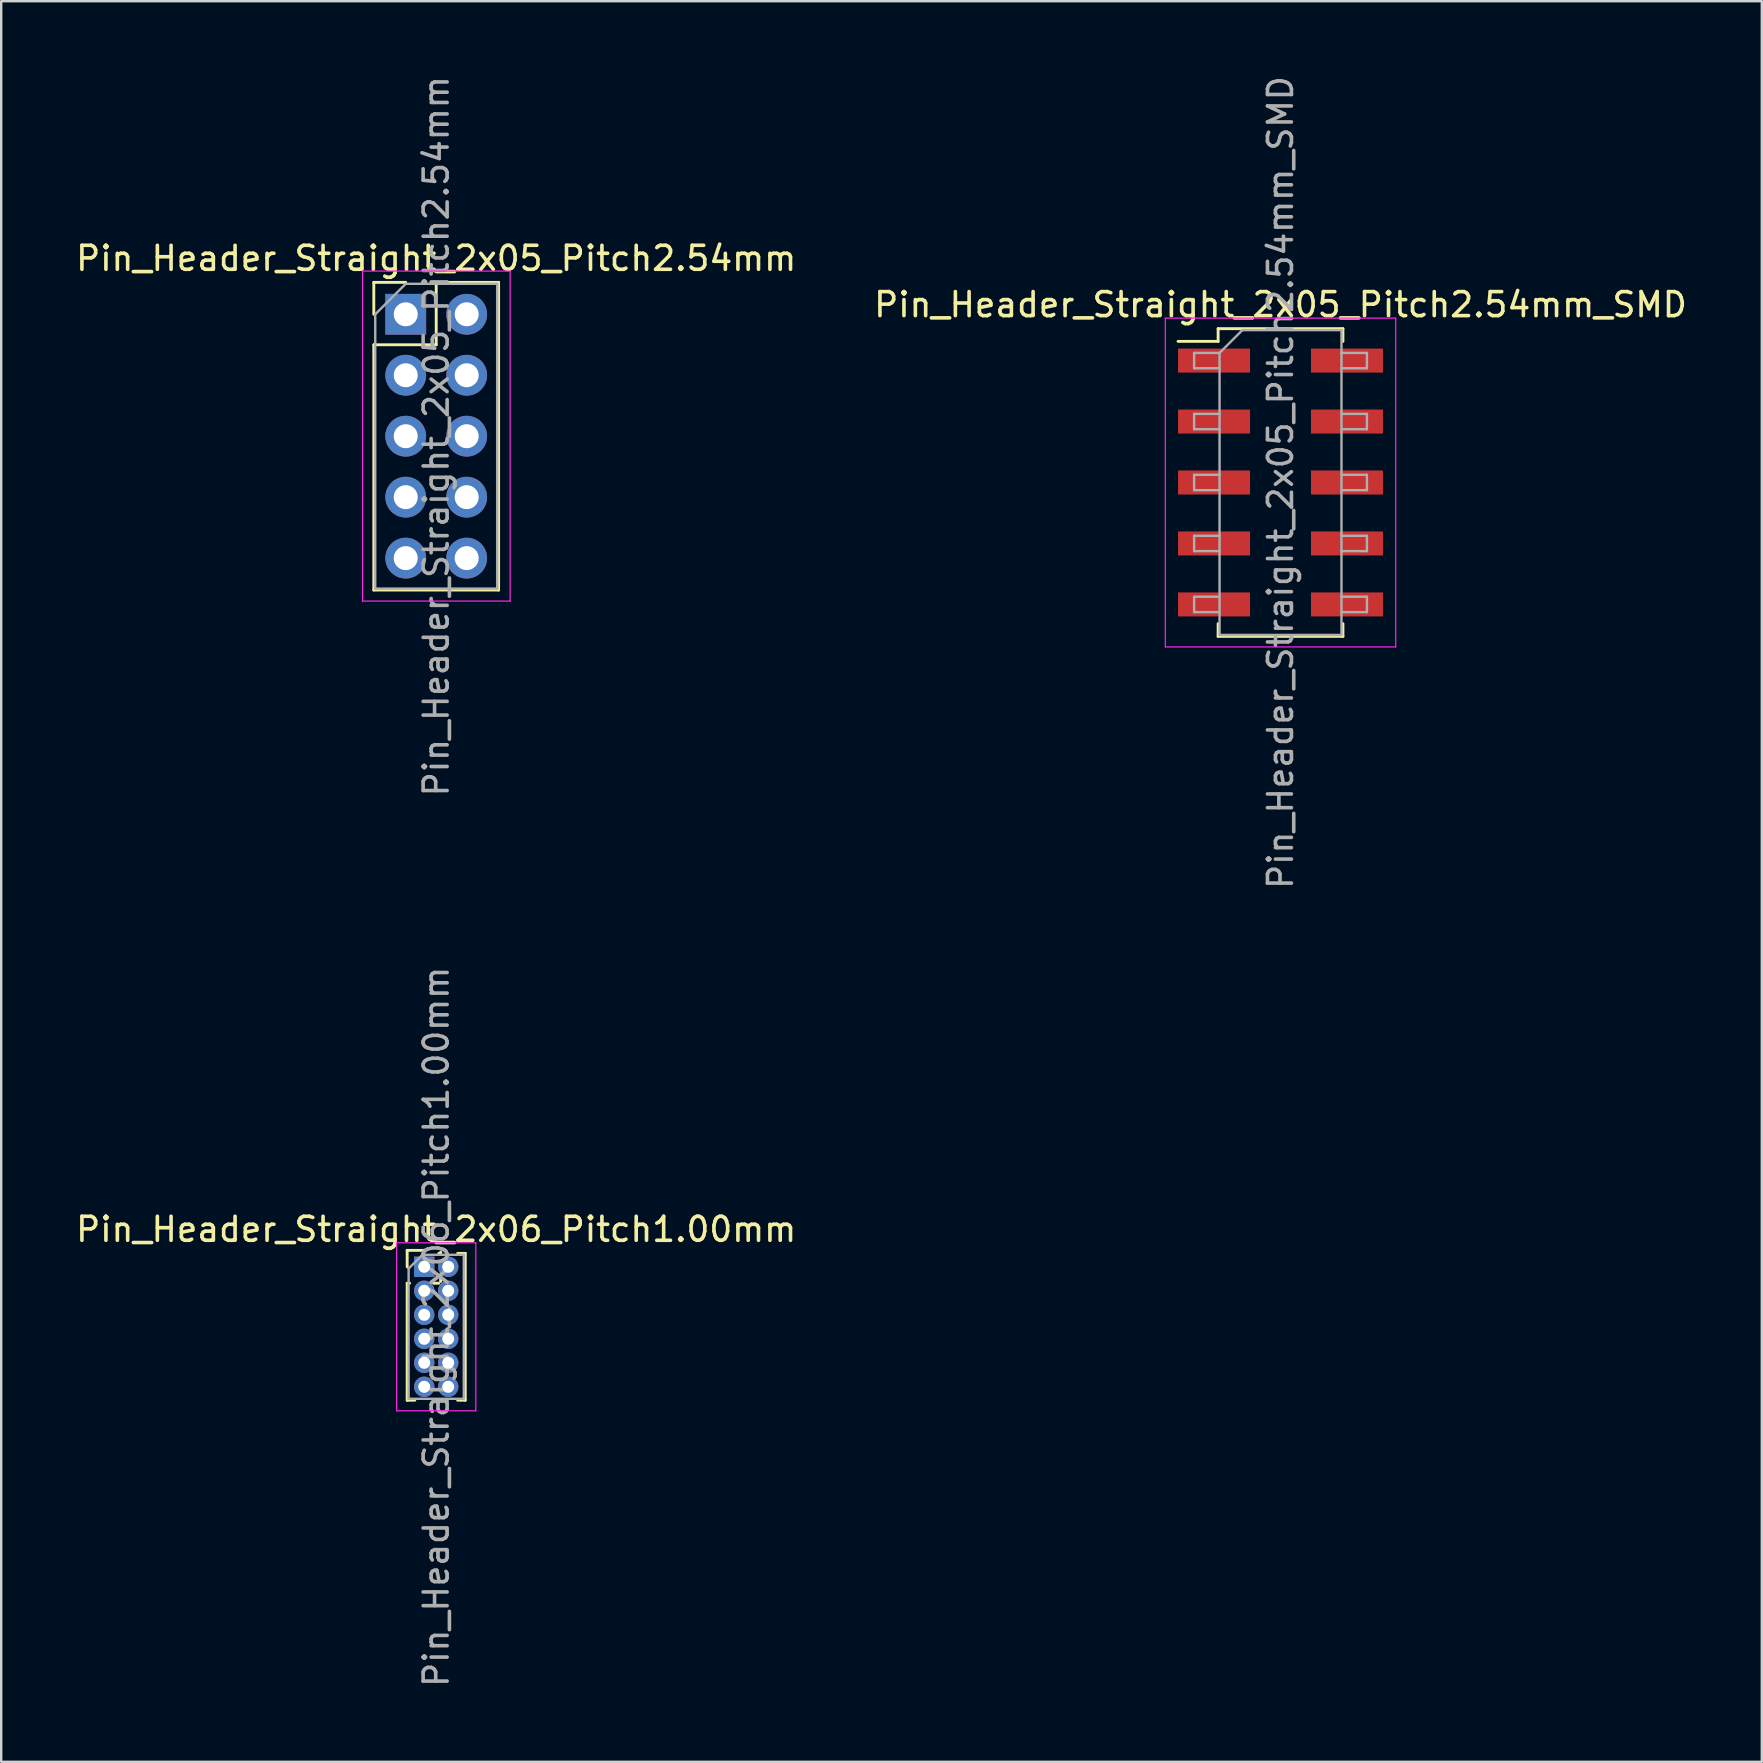
<source format=kicad_pcb>
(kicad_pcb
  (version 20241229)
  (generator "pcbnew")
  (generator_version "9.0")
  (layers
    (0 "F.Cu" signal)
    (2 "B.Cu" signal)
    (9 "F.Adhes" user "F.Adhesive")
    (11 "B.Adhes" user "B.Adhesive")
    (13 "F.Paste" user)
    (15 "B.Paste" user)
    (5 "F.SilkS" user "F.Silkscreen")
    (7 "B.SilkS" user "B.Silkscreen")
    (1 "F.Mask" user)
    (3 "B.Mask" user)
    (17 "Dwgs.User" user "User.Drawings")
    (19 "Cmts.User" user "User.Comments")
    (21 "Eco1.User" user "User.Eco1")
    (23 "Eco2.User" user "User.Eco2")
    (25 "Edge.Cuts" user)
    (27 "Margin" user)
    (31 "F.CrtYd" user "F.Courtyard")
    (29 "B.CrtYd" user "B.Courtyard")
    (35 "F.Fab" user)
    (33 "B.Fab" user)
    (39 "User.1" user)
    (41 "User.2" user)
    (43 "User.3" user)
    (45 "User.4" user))
  (footprint "Pin_Header_Straight_2x05_Pitch2.54mm_SMD"
    (layer "F.Cu")
    (at 50.304 17.054)
    (property "Reference" "Pin_Header_Straight_2x05_Pitch2.54mm_SMD" (at 0 -7.41 0) (layer "F.SilkS") (effects (font (size 1 1) (thickness 0.15))))
    (attr smd)
    (fp_line (start -4.27 -5.88) (end -2.6 -5.88) (stroke (width 0.12) (type solid)) (layer "F.SilkS"))
    (fp_line (start -2.6 -6.41) (end 2.6 -6.41) (stroke (width 0.12) (type solid)) (layer "F.SilkS"))
    (fp_line (start -2.6 -5.88) (end -2.6 -6.41) (stroke (width 0.12) (type solid)) (layer "F.SilkS"))
    (fp_line (start -2.6 5.88) (end -2.6 6.41) (stroke (width 0.12) (type solid)) (layer "F.SilkS"))
    (fp_line (start -2.6 6.41) (end 2.6 6.41) (stroke (width 0.12) (type solid)) (layer "F.SilkS"))
    (fp_line (start 2.6 -6.41) (end 2.6 -5.88) (stroke (width 0.12) (type solid)) (layer "F.SilkS"))
    (fp_line (start 2.6 6.41) (end 2.6 5.88) (stroke (width 0.12) (type solid)) (layer "F.SilkS"))
    (fp_line (start -4.8 -6.85) (end -4.8 6.85) (stroke (width 0.05) (type solid)) (layer "F.CrtYd"))
    (fp_line (start -4.8 6.85) (end 4.8 6.85) (stroke (width 0.05) (type solid)) (layer "F.CrtYd"))
    (fp_line (start 4.8 -6.85) (end -4.8 -6.85) (stroke (width 0.05) (type solid)) (layer "F.CrtYd"))
    (fp_line (start 4.8 6.85) (end 4.8 -6.85) (stroke (width 0.05) (type solid)) (layer "F.CrtYd"))
    (fp_line (start -3.6 -5.4) (end -3.6 -4.76) (stroke (width 0.1) (type solid)) (layer "F.Fab"))
    (fp_line (start -3.6 -4.76) (end -2.54 -4.76) (stroke (width 0.1) (type solid)) (layer "F.Fab"))
    (fp_line (start -3.6 -2.86) (end -3.6 -2.22) (stroke (width 0.1) (type solid)) (layer "F.Fab"))
    (fp_line (start -3.6 -2.22) (end -2.54 -2.22) (stroke (width 0.1) (type solid)) (layer "F.Fab"))
    (fp_line (start -3.6 -0.32) (end -3.6 0.32) (stroke (width 0.1) (type solid)) (layer "F.Fab"))
    (fp_line (start -3.6 0.32) (end -2.54 0.32) (stroke (width 0.1) (type solid)) (layer "F.Fab"))
    (fp_line (start -3.6 2.22) (end -3.6 2.86) (stroke (width 0.1) (type solid)) (layer "F.Fab"))
    (fp_line (start -3.6 2.86) (end -2.54 2.86) (stroke (width 0.1) (type solid)) (layer "F.Fab"))
    (fp_line (start -3.6 4.76) (end -3.6 5.4) (stroke (width 0.1) (type solid)) (layer "F.Fab"))
    (fp_line (start -3.6 5.4) (end -2.54 5.4) (stroke (width 0.1) (type solid)) (layer "F.Fab"))
    (fp_line (start -2.54 -5.4) (end -3.6 -5.4) (stroke (width 0.1) (type solid)) (layer "F.Fab"))
    (fp_line (start -2.54 -5.4) (end -1.59 -6.35) (stroke (width 0.1) (type solid)) (layer "F.Fab"))
    (fp_line (start -2.54 -2.86) (end -3.6 -2.86) (stroke (width 0.1) (type solid)) (layer "F.Fab"))
    (fp_line (start -2.54 -0.32) (end -3.6 -0.32) (stroke (width 0.1) (type solid)) (layer "F.Fab"))
    (fp_line (start -2.54 2.22) (end -3.6 2.22) (stroke (width 0.1) (type solid)) (layer "F.Fab"))
    (fp_line (start -2.54 4.76) (end -3.6 4.76) (stroke (width 0.1) (type solid)) (layer "F.Fab"))
    (fp_line (start -2.54 6.35) (end -2.54 -5.4) (stroke (width 0.1) (type solid)) (layer "F.Fab"))
    (fp_line (start -1.59 -6.35) (end 2.54 -6.35) (stroke (width 0.1) (type solid)) (layer "F.Fab"))
    (fp_line (start 2.54 -6.35) (end 2.54 6.35) (stroke (width 0.1) (type solid)) (layer "F.Fab"))
    (fp_line (start 2.54 -5.4) (end 3.6 -5.4) (stroke (width 0.1) (type solid)) (layer "F.Fab"))
    (fp_line (start 2.54 -2.86) (end 3.6 -2.86) (stroke (width 0.1) (type solid)) (layer "F.Fab"))
    (fp_line (start 2.54 -0.32) (end 3.6 -0.32) (stroke (width 0.1) (type solid)) (layer "F.Fab"))
    (fp_line (start 2.54 2.22) (end 3.6 2.22) (stroke (width 0.1) (type solid)) (layer "F.Fab"))
    (fp_line (start 2.54 4.76) (end 3.6 4.76) (stroke (width 0.1) (type solid)) (layer "F.Fab"))
    (fp_line (start 2.54 6.35) (end -2.54 6.35) (stroke (width 0.1) (type solid)) (layer "F.Fab"))
    (fp_line (start 3.6 -5.4) (end 3.6 -4.76) (stroke (width 0.1) (type solid)) (layer "F.Fab"))
    (fp_line (start 3.6 -4.76) (end 2.54 -4.76) (stroke (width 0.1) (type solid)) (layer "F.Fab"))
    (fp_line (start 3.6 -2.86) (end 3.6 -2.22) (stroke (width 0.1) (type solid)) (layer "F.Fab"))
    (fp_line (start 3.6 -2.22) (end 2.54 -2.22) (stroke (width 0.1) (type solid)) (layer "F.Fab"))
    (fp_line (start 3.6 -0.32) (end 3.6 0.32) (stroke (width 0.1) (type solid)) (layer "F.Fab"))
    (fp_line (start 3.6 0.32) (end 2.54 0.32) (stroke (width 0.1) (type solid)) (layer "F.Fab"))
    (fp_line (start 3.6 2.22) (end 3.6 2.86) (stroke (width 0.1) (type solid)) (layer "F.Fab"))
    (fp_line (start 3.6 2.86) (end 2.54 2.86) (stroke (width 0.1) (type solid)) (layer "F.Fab"))
    (fp_line (start 3.6 4.76) (end 3.6 5.4) (stroke (width 0.1) (type solid)) (layer "F.Fab"))
    (fp_line (start 3.6 5.4) (end 2.54 5.4) (stroke (width 0.1) (type solid)) (layer "F.Fab"))
    (fp_text user "${REFERENCE}" (at 0 0 90) (layer "F.Fab") (effects (font (size 1 1) (thickness 0.15))))
    (pad "1" smd rect (at -2.77 -5.08) (size 3 1) (layers "F.Cu" "F.Mask" "F.Paste"))
    (pad "2" smd rect (at 2.77 -5.08) (size 3 1) (layers "F.Cu" "F.Mask" "F.Paste"))
    (pad "3" smd rect (at -2.77 -2.54) (size 3 1) (layers "F.Cu" "F.Mask" "F.Paste"))
    (pad "4" smd rect (at 2.77 -2.54) (size 3 1) (layers "F.Cu" "F.Mask" "F.Paste"))
    (pad "5" smd rect (at -2.77 0) (size 3 1) (layers "F.Cu" "F.Mask" "F.Paste"))
    (pad "6" smd rect (at 2.77 0) (size 3 1) (layers "F.Cu" "F.Mask" "F.Paste"))
    (pad "7" smd rect (at -2.77 2.54) (size 3 1) (layers "F.Cu" "F.Mask" "F.Paste"))
    (pad "8" smd rect (at 2.77 2.54) (size 3 1) (layers "F.Cu" "F.Mask" "F.Paste"))
    (pad "9" smd rect (at -2.77 5.08) (size 3 1) (layers "F.Cu" "F.Mask" "F.Paste"))
    (pad "10" smd rect (at 2.77 5.08) (size 3 1) (layers "F.Cu" "F.Mask" "F.Paste")))
  (footprint "Pin_Header_Straight_2x06_Pitch1.00mm"
    (layer "F.Cu")
    (at 14.625 49.732)
    (property "Reference" "Pin_Header_Straight_2x06_Pitch1.00mm" (at 0.5 -1.56 0) (layer "F.SilkS") (effects (font (size 1 1) (thickness 0.15))))
    (attr through_hole)
    (fp_line (start -0.71 -0.685) (end 0 -0.685) (stroke (width 0.12) (type solid)) (layer "F.SilkS"))
    (fp_line (start -0.71 0) (end -0.71 -0.685) (stroke (width 0.12) (type solid)) (layer "F.SilkS"))
    (fp_line (start -0.71 0.685) (end -0.71 5.56) (stroke (width 0.12) (type solid)) (layer "F.SilkS"))
    (fp_line (start -0.71 0.685) (end -0.608 0.685) (stroke (width 0.12) (type solid)) (layer "F.SilkS"))
    (fp_line (start -0.71 5.56) (end -0.394 5.56) (stroke (width 0.12) (type solid)) (layer "F.SilkS"))
    (fp_line (start 0.394 5.56) (end 0.606 5.56) (stroke (width 0.12) (type solid)) (layer "F.SilkS"))
    (fp_line (start 0.608 0.685) (end 0.392 0.685) (stroke (width 0.12) (type solid)) (layer "F.SilkS"))
    (fp_line (start 0.685 -0.608) (end 0.685 -0.56) (stroke (width 0.12) (type solid)) (layer "F.SilkS"))
    (fp_line (start 0.685 -0.56) (end 0.606 -0.56) (stroke (width 0.12) (type solid)) (layer "F.SilkS"))
    (fp_line (start 0.685 0.392) (end 0.685 0.608) (stroke (width 0.12) (type solid)) (layer "F.SilkS"))
    (fp_line (start 1.394 -0.56) (end 1.71 -0.56) (stroke (width 0.12) (type solid)) (layer "F.SilkS"))
    (fp_line (start 1.394 5.56) (end 1.71 5.56) (stroke (width 0.12) (type solid)) (layer "F.SilkS"))
    (fp_line (start 1.71 -0.56) (end 1.71 5.56) (stroke (width 0.12) (type solid)) (layer "F.SilkS"))
    (fp_line (start -1.15 -1) (end -1.15 6) (stroke (width 0.05) (type solid)) (layer "F.CrtYd"))
    (fp_line (start -1.15 6) (end 2.15 6) (stroke (width 0.05) (type solid)) (layer "F.CrtYd"))
    (fp_line (start 2.15 -1) (end -1.15 -1) (stroke (width 0.05) (type solid)) (layer "F.CrtYd"))
    (fp_line (start 2.15 6) (end 2.15 -1) (stroke (width 0.05) (type solid)) (layer "F.CrtYd"))
    (fp_line (start -0.65 0.075) (end -0.075 -0.5) (stroke (width 0.1) (type solid)) (layer "F.Fab"))
    (fp_line (start -0.65 5.5) (end -0.65 0.075) (stroke (width 0.1) (type solid)) (layer "F.Fab"))
    (fp_line (start -0.075 -0.5) (end 1.65 -0.5) (stroke (width 0.1) (type solid)) (layer "F.Fab"))
    (fp_line (start 1.65 -0.5) (end 1.65 5.5) (stroke (width 0.1) (type solid)) (layer "F.Fab"))
    (fp_line (start 1.65 5.5) (end -0.65 5.5) (stroke (width 0.1) (type solid)) (layer "F.Fab"))
    (fp_text user "${REFERENCE}" (at 0.5 2.5 90) (layer "F.Fab") (effects (font (size 1 1) (thickness 0.15))))
    (pad "1" thru_hole rect (at 0 0) (size 0.85 0.85) (drill 0.5) (layers "*.Cu" "*.Mask"))
    (pad "2" thru_hole oval (at 1 0) (size 0.85 0.85) (drill 0.5) (layers "*.Cu" "*.Mask"))
    (pad "3" thru_hole oval (at 0 1) (size 0.85 0.85) (drill 0.5) (layers "*.Cu" "*.Mask"))
    (pad "4" thru_hole oval (at 1 1) (size 0.85 0.85) (drill 0.5) (layers "*.Cu" "*.Mask"))
    (pad "5" thru_hole oval (at 0 2) (size 0.85 0.85) (drill 0.5) (layers "*.Cu" "*.Mask"))
    (pad "6" thru_hole oval (at 1 2) (size 0.85 0.85) (drill 0.5) (layers "*.Cu" "*.Mask"))
    (pad "7" thru_hole oval (at 0 3) (size 0.85 0.85) (drill 0.5) (layers "*.Cu" "*.Mask"))
    (pad "8" thru_hole oval (at 1 3) (size 0.85 0.85) (drill 0.5) (layers "*.Cu" "*.Mask"))
    (pad "9" thru_hole oval (at 0 4) (size 0.85 0.85) (drill 0.5) (layers "*.Cu" "*.Mask"))
    (pad "10" thru_hole oval (at 1 4) (size 0.85 0.85) (drill 0.5) (layers "*.Cu" "*.Mask"))
    (pad "11" thru_hole oval (at 0 5) (size 0.85 0.85) (drill 0.5) (layers "*.Cu" "*.Mask"))
    (pad "12" thru_hole oval (at 1 5) (size 0.85 0.85) (drill 0.5) (layers "*.Cu" "*.Mask")))
  (footprint "Pin_Header_Straight_2x05_Pitch2.54mm"
    (layer "F.Cu")
    (at 13.855 10.045)
    (property "Reference" "Pin_Header_Straight_2x05_Pitch2.54mm" (at 1.27 -2.33 0) (layer "F.SilkS") (effects (font (size 1 1) (thickness 0.15))))
    (attr through_hole)
    (fp_line (start -1.33 -1.33) (end 0 -1.33) (stroke (width 0.12) (type solid)) (layer "F.SilkS"))
    (fp_line (start -1.33 0) (end -1.33 -1.33) (stroke (width 0.12) (type solid)) (layer "F.SilkS"))
    (fp_line (start -1.33 1.27) (end -1.33 11.49) (stroke (width 0.12) (type solid)) (layer "F.SilkS"))
    (fp_line (start -1.33 11.49) (end 3.87 11.49) (stroke (width 0.12) (type solid)) (layer "F.SilkS"))
    (fp_line (start 1.27 -1.33) (end 1.27 1.27) (stroke (width 0.12) (type solid)) (layer "F.SilkS"))
    (fp_line (start 1.27 1.27) (end -1.33 1.27) (stroke (width 0.12) (type solid)) (layer "F.SilkS"))
    (fp_line (start 3.87 -1.33) (end 1.27 -1.33) (stroke (width 0.12) (type solid)) (layer "F.SilkS"))
    (fp_line (start 3.87 11.49) (end 3.87 -1.33) (stroke (width 0.12) (type solid)) (layer "F.SilkS"))
    (fp_line (start -1.8 -1.8) (end -1.8 11.95) (stroke (width 0.05) (type solid)) (layer "F.CrtYd"))
    (fp_line (start -1.8 11.95) (end 4.35 11.95) (stroke (width 0.05) (type solid)) (layer "F.CrtYd"))
    (fp_line (start 4.35 -1.8) (end -1.8 -1.8) (stroke (width 0.05) (type solid)) (layer "F.CrtYd"))
    (fp_line (start 4.35 11.95) (end 4.35 -1.8) (stroke (width 0.05) (type solid)) (layer "F.CrtYd"))
    (fp_line (start -1.27 0) (end 0 -1.27) (stroke (width 0.1) (type solid)) (layer "F.Fab"))
    (fp_line (start -1.27 11.43) (end -1.27 0) (stroke (width 0.1) (type solid)) (layer "F.Fab"))
    (fp_line (start 0 -1.27) (end 3.81 -1.27) (stroke (width 0.1) (type solid)) (layer "F.Fab"))
    (fp_line (start 3.81 -1.27) (end 3.81 11.43) (stroke (width 0.1) (type solid)) (layer "F.Fab"))
    (fp_line (start 3.81 11.43) (end -1.27 11.43) (stroke (width 0.1) (type solid)) (layer "F.Fab"))
    (fp_text user "${REFERENCE}" (at 1.27 5.08 90) (layer "F.Fab") (effects (font (size 1 1) (thickness 0.15))))
    (pad "1" thru_hole rect (at 0 0) (size 1.7 1.7) (drill 1) (layers "*.Cu" "*.Mask"))
    (pad "2" thru_hole oval (at 2.54 0) (size 1.7 1.7) (drill 1) (layers "*.Cu" "*.Mask"))
    (pad "3" thru_hole oval (at 0 2.54) (size 1.7 1.7) (drill 1) (layers "*.Cu" "*.Mask"))
    (pad "4" thru_hole oval (at 2.54 2.54) (size 1.7 1.7) (drill 1) (layers "*.Cu" "*.Mask"))
    (pad "5" thru_hole oval (at 0 5.08) (size 1.7 1.7) (drill 1) (layers "*.Cu" "*.Mask"))
    (pad "6" thru_hole oval (at 2.54 5.08) (size 1.7 1.7) (drill 1) (layers "*.Cu" "*.Mask"))
    (pad "7" thru_hole oval (at 0 7.62) (size 1.7 1.7) (drill 1) (layers "*.Cu" "*.Mask"))
    (pad "8" thru_hole oval (at 2.54 7.62) (size 1.7 1.7) (drill 1) (layers "*.Cu" "*.Mask"))
    (pad "9" thru_hole oval (at 0 10.16) (size 1.7 1.7) (drill 1) (layers "*.Cu" "*.Mask"))
    (pad "10" thru_hole oval (at 2.54 10.16) (size 1.7 1.7) (drill 1) (layers "*.Cu" "*.Mask")))
  (gr_rect
    (start -3 -3)
    (end 70.357 70.357)
    (stroke (width 0.1) (type default))
    (fill no)
    (layer "Edge.Cuts")))
</source>
